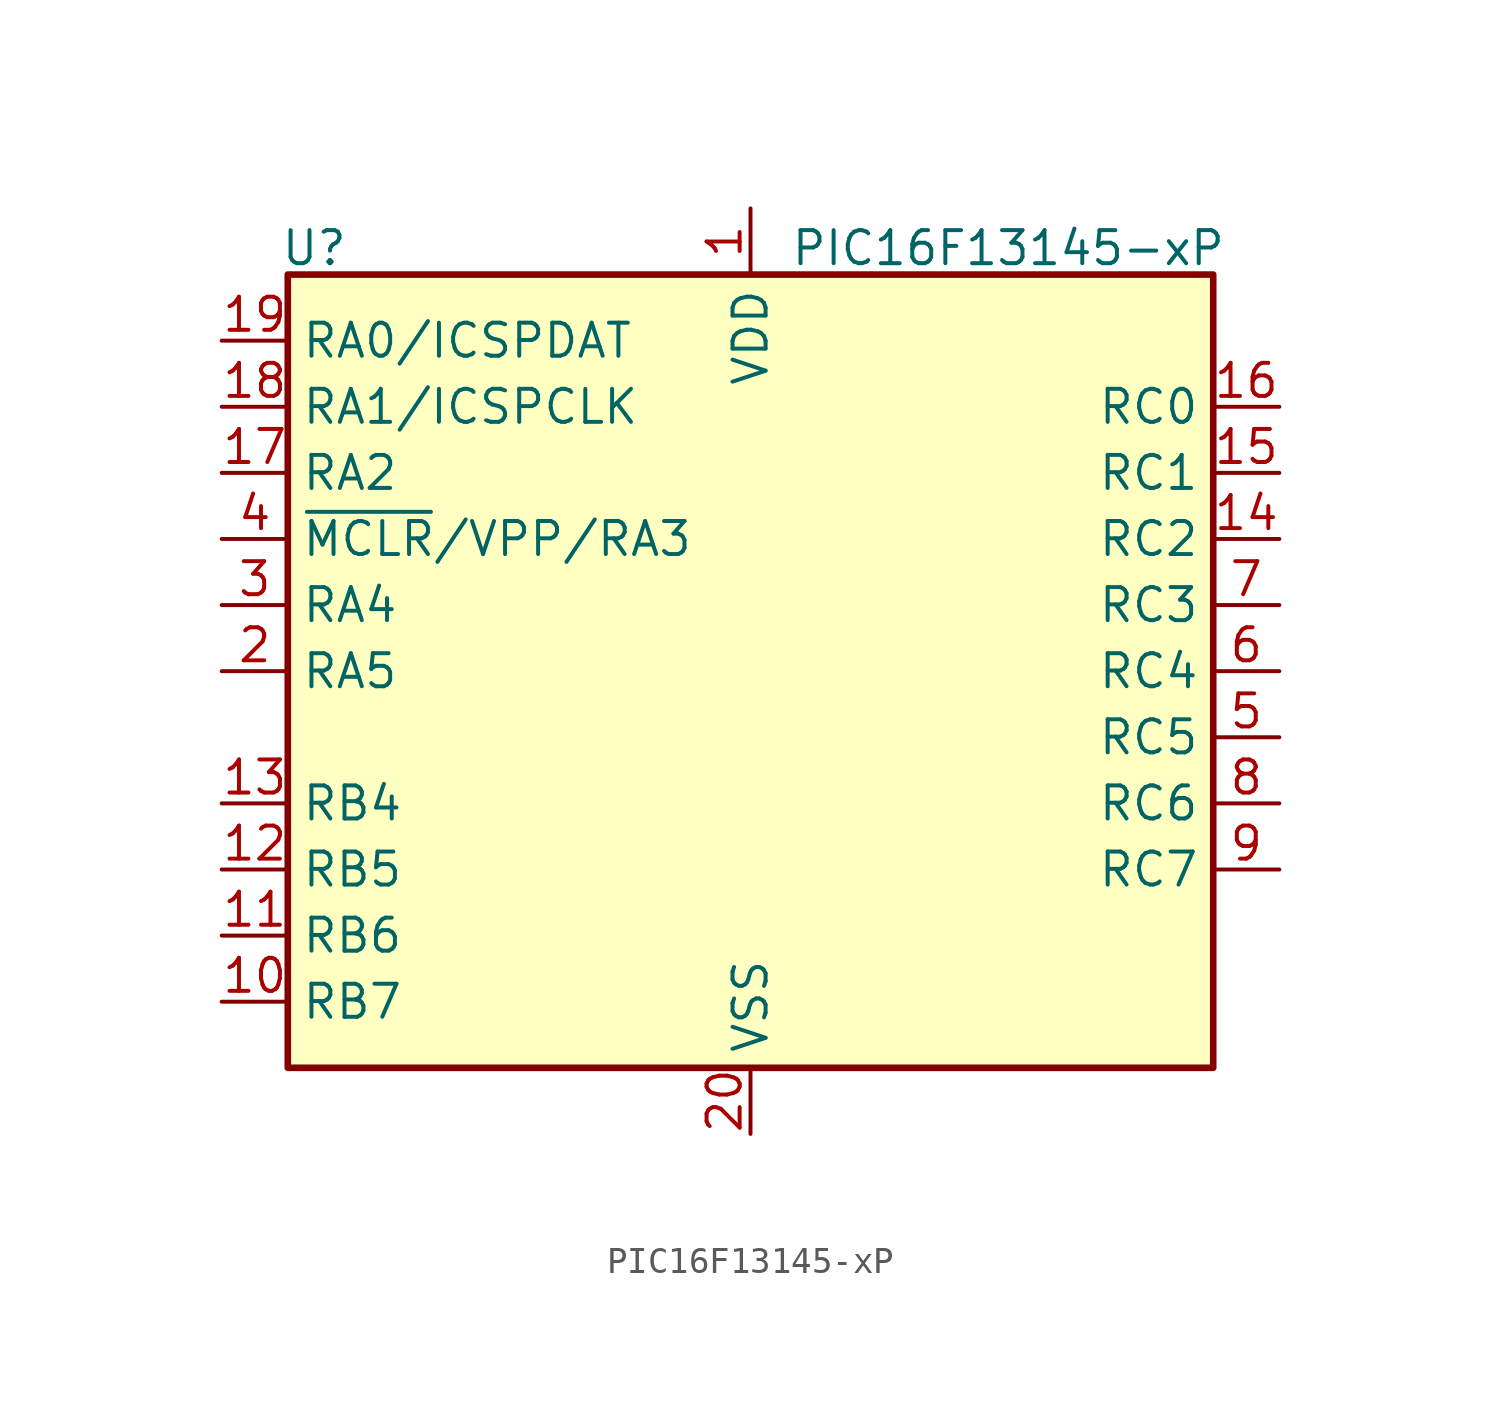
<source format=kicad_sym>
(kicad_symbol_lib
  (version 20241209)
  (generator "kicad_symbol_editor")
  (generator_version "9.0")
  (symbol "PIC16F13145-xP"
    (property "Reference" "U"
      (at -16.764 16.256 0)
      (effects (font (size 1.27 1.27))))
    (property "Value" "PIC16F13145-xP"
      (at 9.906 16.256 0)
      (effects (font (size 1.27 1.27))))
    (symbol "PIC16F13145-xP_1_1"
      (rectangle (start -17.78 15.24) (end 17.78 -15.24) (stroke (width 0.254) (type solid)) (fill (type background)))
      (pin bidirectional line (at -20.32 12.7 0) (length 2.54) (name "RA0/ICSPDAT" (effects (font (size 1.27 1.27)))) (number "19" (effects (font (size 1.27 1.27)))))
      (pin bidirectional line (at -20.32 10.16 0) (length 2.54) (name "RA1/ICSPCLK" (effects (font (size 1.27 1.27)))) (number "18" (effects (font (size 1.27 1.27)))))
      (pin bidirectional line (at -20.32 7.62 0) (length 2.54) (name "RA2" (effects (font (size 1.27 1.27)))) (number "17" (effects (font (size 1.27 1.27)))))
      (pin bidirectional line (at -20.32 5.08 0) (length 2.54) (name "~{MCLR}/VPP/RA3" (effects (font (size 1.27 1.27)))) (number "4" (effects (font (size 1.27 1.27)))))
      (pin bidirectional line (at -20.32 2.54 0) (length 2.54) (name "RA4" (effects (font (size 1.27 1.27)))) (number "3" (effects (font (size 1.27 1.27)))))
      (pin bidirectional line (at -20.32 0 0) (length 2.54) (name "RA5" (effects (font (size 1.27 1.27)))) (number "2" (effects (font (size 1.27 1.27)))))
      (pin bidirectional line (at -20.32 -5.08 0) (length 2.54) (name "RB4" (effects (font (size 1.27 1.27)))) (number "13" (effects (font (size 1.27 1.27)))))
      (pin bidirectional line (at -20.32 -7.62 0) (length 2.54) (name "RB5" (effects (font (size 1.27 1.27)))) (number "12" (effects (font (size 1.27 1.27)))))
      (pin bidirectional line (at -20.32 -10.16 0) (length 2.54) (name "RB6" (effects (font (size 1.27 1.27)))) (number "11" (effects (font (size 1.27 1.27)))))
      (pin bidirectional line (at -20.32 -12.7 0) (length 2.54) (name "RB7" (effects (font (size 1.27 1.27)))) (number "10" (effects (font (size 1.27 1.27)))))
      (pin power_in line (at 0 17.78 270) (length 2.54) (name "VDD" (effects (font (size 1.27 1.27)))) (number "1" (effects (font (size 1.27 1.27)))))
      (pin power_in line (at 0 -17.78 90) (length 2.54) (name "VSS" (effects (font (size 1.27 1.27)))) (number "20" (effects (font (size 1.27 1.27)))))
      (pin bidirectional line (at 20.32 10.16 180) (length 2.54) (name "RC0" (effects (font (size 1.27 1.27)))) (number "16" (effects (font (size 1.27 1.27)))))
      (pin bidirectional line (at 20.32 7.62 180) (length 2.54) (name "RC1" (effects (font (size 1.27 1.27)))) (number "15" (effects (font (size 1.27 1.27)))))
      (pin bidirectional line (at 20.32 5.08 180) (length 2.54) (name "RC2" (effects (font (size 1.27 1.27)))) (number "14" (effects (font (size 1.27 1.27)))))
      (pin bidirectional line (at 20.32 2.54 180) (length 2.54) (name "RC3" (effects (font (size 1.27 1.27)))) (number "7" (effects (font (size 1.27 1.27)))))
      (pin bidirectional line (at 20.32 0 180) (length 2.54) (name "RC4" (effects (font (size 1.27 1.27)))) (number "6" (effects (font (size 1.27 1.27)))))
      (pin bidirectional line (at 20.32 -2.54 180) (length 2.54) (name "RC5" (effects (font (size 1.27 1.27)))) (number "5" (effects (font (size 1.27 1.27)))))
      (pin bidirectional line (at 20.32 -5.08 180) (length 2.54) (name "RC6" (effects (font (size 1.27 1.27)))) (number "8" (effects (font (size 1.27 1.27)))))
      (pin bidirectional line (at 20.32 -7.62 180) (length 2.54) (name "RC7" (effects (font (size 1.27 1.27)))) (number "9" (effects (font (size 1.27 1.27))))))))
</source>
